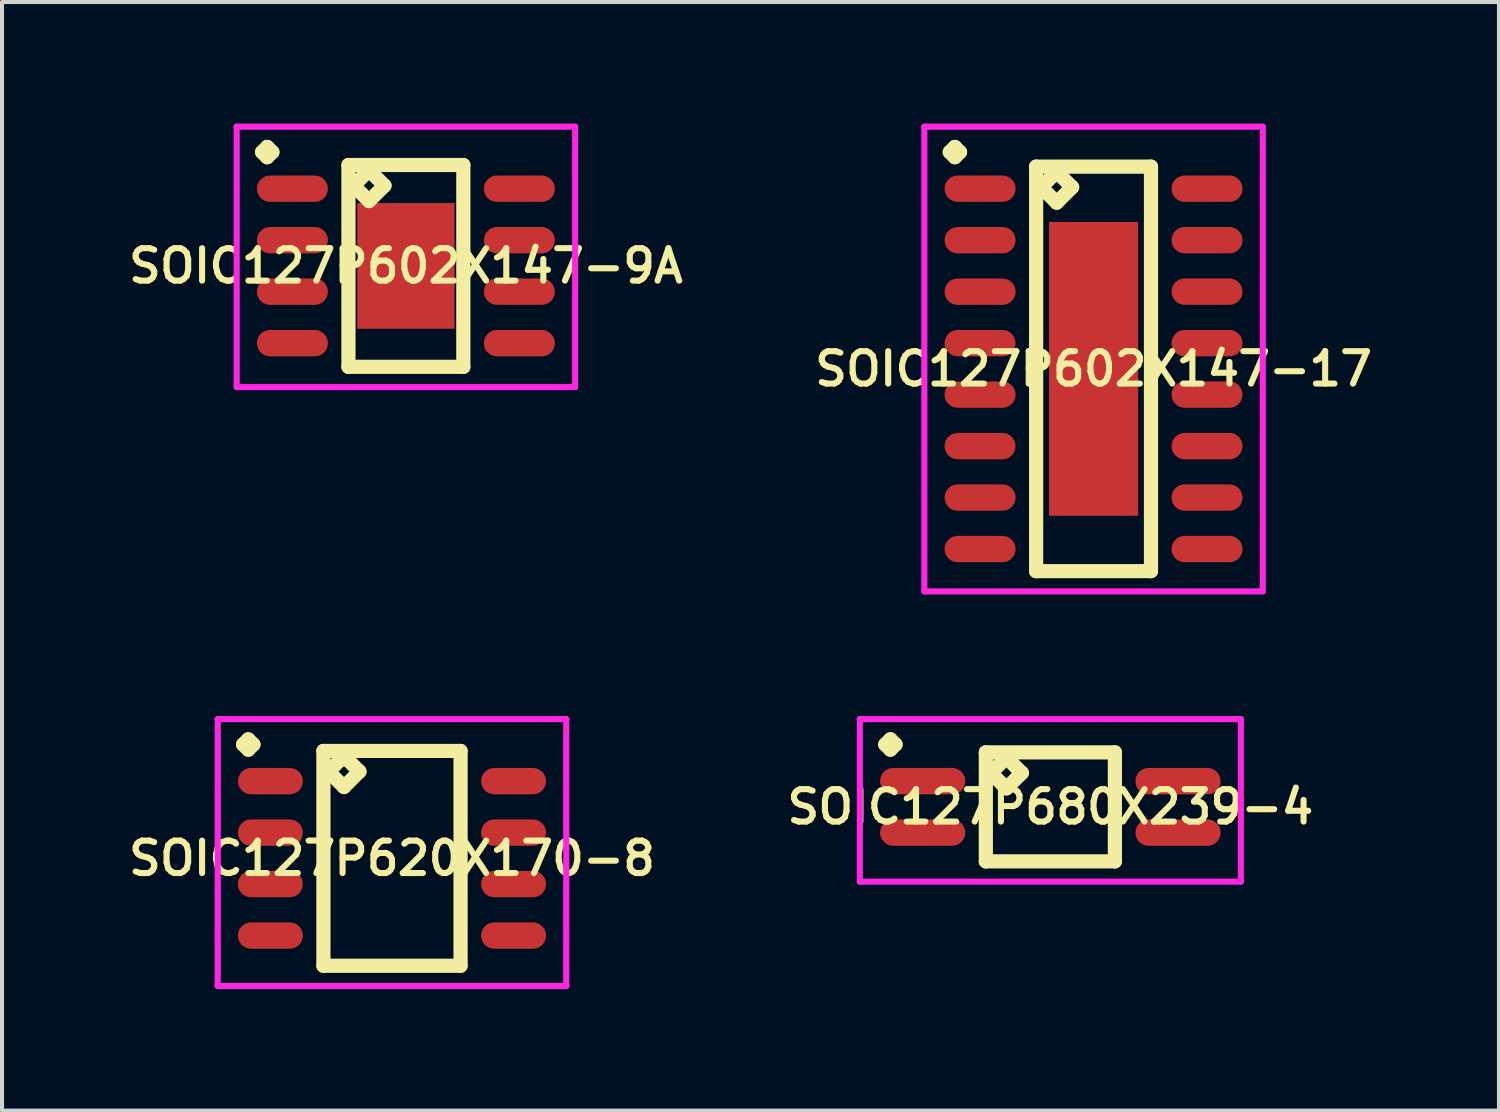
<source format=kicad_pcb>
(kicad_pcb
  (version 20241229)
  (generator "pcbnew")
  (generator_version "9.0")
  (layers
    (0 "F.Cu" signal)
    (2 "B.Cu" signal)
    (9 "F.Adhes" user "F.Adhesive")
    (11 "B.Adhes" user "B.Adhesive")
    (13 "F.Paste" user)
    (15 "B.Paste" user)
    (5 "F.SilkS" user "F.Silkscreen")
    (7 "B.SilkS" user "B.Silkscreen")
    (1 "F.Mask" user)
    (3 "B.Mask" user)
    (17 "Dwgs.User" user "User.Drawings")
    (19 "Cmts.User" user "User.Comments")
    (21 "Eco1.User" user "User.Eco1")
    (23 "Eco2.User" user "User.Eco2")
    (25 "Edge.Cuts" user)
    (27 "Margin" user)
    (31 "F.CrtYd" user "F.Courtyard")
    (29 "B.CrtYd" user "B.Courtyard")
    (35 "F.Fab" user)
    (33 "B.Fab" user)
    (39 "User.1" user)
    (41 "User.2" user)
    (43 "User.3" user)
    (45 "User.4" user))
  (footprint "SOIC127P602X147-17"
    (layer "F.Cu")
    (at 23.93 6.051)
    (property "Reference" "SOIC127P602X147-17" (at 0 0 0) (layer "F.SilkS") (effects (font (size 0.8 0.8) (thickness 0.15))))
    (attr smd)
    (fp_line (start -3.548 -5.349) (end -3.421 -5.476) (stroke (width 0.35) (type solid)) (layer "F.SilkS"))
    (fp_line (start -3.421 -5.476) (end -3.294 -5.349) (stroke (width 0.35) (type solid)) (layer "F.SilkS"))
    (fp_line (start -3.421 -5.222) (end -3.548 -5.349) (stroke (width 0.35) (type solid)) (layer "F.SilkS"))
    (fp_line (start -3.294 -5.349) (end -3.421 -5.222) (stroke (width 0.35) (type solid)) (layer "F.SilkS"))
    (fp_line (start -1.417 -4.99) (end -1.417 4.99) (stroke (width 0.35) (type solid)) (layer "F.SilkS"))
    (fp_line (start -1.417 4.99) (end 1.417 4.99) (stroke (width 0.35) (type solid)) (layer "F.SilkS"))
    (fp_line (start -1.29 -4.482) (end -0.909 -4.863) (stroke (width 0.35) (type solid)) (layer "F.SilkS"))
    (fp_line (start -0.909 -4.863) (end -0.528 -4.482) (stroke (width 0.35) (type solid)) (layer "F.SilkS"))
    (fp_line (start -0.909 -4.101) (end -1.29 -4.482) (stroke (width 0.35) (type solid)) (layer "F.SilkS"))
    (fp_line (start -0.528 -4.482) (end -0.909 -4.101) (stroke (width 0.35) (type solid)) (layer "F.SilkS"))
    (fp_line (start 1.417 -4.99) (end -1.417 -4.99) (stroke (width 0.35) (type solid)) (layer "F.SilkS"))
    (fp_line (start 1.417 4.99) (end 1.417 -4.99) (stroke (width 0.35) (type solid)) (layer "F.SilkS"))
    (fp_line (start -4.175 -5.976) (end 4.175 -5.976) (stroke (width 0.15) (type solid)) (layer "F.CrtYd"))
    (fp_line (start -4.175 5.49) (end -4.175 -5.976) (stroke (width 0.15) (type solid)) (layer "F.CrtYd"))
    (fp_line (start 4.175 -5.976) (end 4.175 5.49) (stroke (width 0.15) (type solid)) (layer "F.CrtYd"))
    (fp_line (start 4.175 5.49) (end -4.175 5.49) (stroke (width 0.15) (type solid)) (layer "F.CrtYd"))
    (pad "1" smd oval (at -2.8 -4.445) (size 1.75 0.65) (layers "F.Cu" "F.Mask" "F.Paste"))
    (pad "2" smd oval (at -2.8 -3.175) (size 1.75 0.65) (layers "F.Cu" "F.Mask" "F.Paste"))
    (pad "3" smd oval (at -2.8 -1.905) (size 1.75 0.65) (layers "F.Cu" "F.Mask" "F.Paste"))
    (pad "4" smd oval (at -2.8 -0.635) (size 1.75 0.65) (layers "F.Cu" "F.Mask" "F.Paste"))
    (pad "5" smd oval (at -2.8 0.635) (size 1.75 0.65) (layers "F.Cu" "F.Mask" "F.Paste"))
    (pad "6" smd oval (at -2.8 1.905) (size 1.75 0.65) (layers "F.Cu" "F.Mask" "F.Paste"))
    (pad "7" smd oval (at -2.8 3.175) (size 1.75 0.65) (layers "F.Cu" "F.Mask" "F.Paste"))
    (pad "8" smd oval (at -2.8 4.445) (size 1.75 0.65) (layers "F.Cu" "F.Mask" "F.Paste"))
    (pad "9" smd oval (at 2.8 4.445) (size 1.75 0.65) (layers "F.Cu" "F.Mask" "F.Paste"))
    (pad "10" smd oval (at 2.8 3.175) (size 1.75 0.65) (layers "F.Cu" "F.Mask" "F.Paste"))
    (pad "11" smd oval (at 2.8 1.905) (size 1.75 0.65) (layers "F.Cu" "F.Mask" "F.Paste"))
    (pad "12" smd oval (at 2.8 0.635) (size 1.75 0.65) (layers "F.Cu" "F.Mask" "F.Paste"))
    (pad "13" smd oval (at 2.8 -0.635) (size 1.75 0.65) (layers "F.Cu" "F.Mask" "F.Paste"))
    (pad "14" smd oval (at 2.8 -1.905) (size 1.75 0.65) (layers "F.Cu" "F.Mask" "F.Paste"))
    (pad "15" smd oval (at 2.8 -3.175) (size 1.75 0.65) (layers "F.Cu" "F.Mask" "F.Paste"))
    (pad "16" smd oval (at 2.8 -4.445) (size 1.75 0.65) (layers "F.Cu" "F.Mask" "F.Paste"))
    (pad "17" smd rect (at 0 0) (size 2.2 7.25) (layers "F.Cu" "F.Mask" "F.Paste")))
  (footprint "SOIC127P602X147-9A"
    (layer "F.Cu")
    (at 6.964 3.511)
    (property "Reference" "SOIC127P602X147-9A" (at 0 0 0) (layer "F.SilkS") (effects (font (size 0.8 0.8) (thickness 0.15))))
    (attr smd)
    (fp_line (start -3.548 -2.809) (end -3.421 -2.936) (stroke (width 0.35) (type solid)) (layer "F.SilkS"))
    (fp_line (start -3.421 -2.936) (end -3.294 -2.809) (stroke (width 0.35) (type solid)) (layer "F.SilkS"))
    (fp_line (start -3.421 -2.682) (end -3.548 -2.809) (stroke (width 0.35) (type solid)) (layer "F.SilkS"))
    (fp_line (start -3.294 -2.809) (end -3.421 -2.682) (stroke (width 0.35) (type solid)) (layer "F.SilkS"))
    (fp_line (start -1.417 -2.49) (end -1.417 2.49) (stroke (width 0.35) (type solid)) (layer "F.SilkS"))
    (fp_line (start -1.417 2.49) (end 1.417 2.49) (stroke (width 0.35) (type solid)) (layer "F.SilkS"))
    (fp_line (start -1.29 -1.982) (end -0.909 -2.363) (stroke (width 0.35) (type solid)) (layer "F.SilkS"))
    (fp_line (start -0.909 -2.363) (end -0.528 -1.982) (stroke (width 0.35) (type solid)) (layer "F.SilkS"))
    (fp_line (start -0.909 -1.601) (end -1.29 -1.982) (stroke (width 0.35) (type solid)) (layer "F.SilkS"))
    (fp_line (start -0.528 -1.982) (end -0.909 -1.601) (stroke (width 0.35) (type solid)) (layer "F.SilkS"))
    (fp_line (start 1.417 -2.49) (end -1.417 -2.49) (stroke (width 0.35) (type solid)) (layer "F.SilkS"))
    (fp_line (start 1.417 2.49) (end 1.417 -2.49) (stroke (width 0.35) (type solid)) (layer "F.SilkS"))
    (fp_line (start -4.175 -3.436) (end 4.175 -3.436) (stroke (width 0.15) (type solid)) (layer "F.CrtYd"))
    (fp_line (start -4.175 2.99) (end -4.175 -3.436) (stroke (width 0.15) (type solid)) (layer "F.CrtYd"))
    (fp_line (start 4.175 -3.436) (end 4.175 2.99) (stroke (width 0.15) (type solid)) (layer "F.CrtYd"))
    (fp_line (start 4.175 2.99) (end -4.175 2.99) (stroke (width 0.15) (type solid)) (layer "F.CrtYd"))
    (pad "1" smd oval (at -2.8 -1.905) (size 1.75 0.65) (layers "F.Cu" "F.Mask" "F.Paste"))
    (pad "2" smd oval (at -2.8 -0.635) (size 1.75 0.65) (layers "F.Cu" "F.Mask" "F.Paste"))
    (pad "3" smd oval (at -2.8 0.635) (size 1.75 0.65) (layers "F.Cu" "F.Mask" "F.Paste"))
    (pad "4" smd oval (at -2.8 1.905) (size 1.75 0.65) (layers "F.Cu" "F.Mask" "F.Paste"))
    (pad "5" smd oval (at 2.8 1.905) (size 1.75 0.65) (layers "F.Cu" "F.Mask" "F.Paste"))
    (pad "6" smd oval (at 2.8 0.635) (size 1.75 0.65) (layers "F.Cu" "F.Mask" "F.Paste"))
    (pad "7" smd oval (at 2.8 -0.635) (size 1.75 0.65) (layers "F.Cu" "F.Mask" "F.Paste"))
    (pad "8" smd oval (at 2.8 -1.905) (size 1.75 0.65) (layers "F.Cu" "F.Mask" "F.Paste"))
    (pad "9" smd rect (at 0 0) (size 2.4 3.1) (layers "F.Cu" "F.Mask" "F.Paste")))
  (footprint "SOIC127P680X239-4"
    (layer "F.Cu")
    (at 22.864 16.857)
    (property "Reference" "SOIC127P680X239-4" (at 0 0 0) (layer "F.SilkS") (effects (font (size 0.8 0.8) (thickness 0.15))))
    (attr smd)
    (fp_line (start -4.073 -1.539) (end -3.946 -1.666) (stroke (width 0.35) (type solid)) (layer "F.SilkS"))
    (fp_line (start -3.946 -1.666) (end -3.819 -1.539) (stroke (width 0.35) (type solid)) (layer "F.SilkS"))
    (fp_line (start -3.946 -1.412) (end -4.073 -1.539) (stroke (width 0.35) (type solid)) (layer "F.SilkS"))
    (fp_line (start -3.819 -1.539) (end -3.946 -1.412) (stroke (width 0.35) (type solid)) (layer "F.SilkS"))
    (fp_line (start -1.592 -1.345) (end -1.592 1.345) (stroke (width 0.35) (type solid)) (layer "F.SilkS"))
    (fp_line (start -1.592 1.345) (end 1.592 1.345) (stroke (width 0.35) (type solid)) (layer "F.SilkS"))
    (fp_line (start -1.465 -0.837) (end -1.084 -1.218) (stroke (width 0.35) (type solid)) (layer "F.SilkS"))
    (fp_line (start -1.084 -1.218) (end -0.703 -0.837) (stroke (width 0.35) (type solid)) (layer "F.SilkS"))
    (fp_line (start -1.084 -0.456) (end -1.465 -0.837) (stroke (width 0.35) (type solid)) (layer "F.SilkS"))
    (fp_line (start -0.703 -0.837) (end -1.084 -0.456) (stroke (width 0.35) (type solid)) (layer "F.SilkS"))
    (fp_line (start 1.592 -1.345) (end -1.592 -1.345) (stroke (width 0.35) (type solid)) (layer "F.SilkS"))
    (fp_line (start 1.592 1.345) (end 1.592 -1.345) (stroke (width 0.35) (type solid)) (layer "F.SilkS"))
    (fp_line (start -4.7 -2.166) (end 4.7 -2.166) (stroke (width 0.15) (type solid)) (layer "F.CrtYd"))
    (fp_line (start -4.7 1.845) (end -4.7 -2.166) (stroke (width 0.15) (type solid)) (layer "F.CrtYd"))
    (fp_line (start 4.7 -2.166) (end 4.7 1.845) (stroke (width 0.15) (type solid)) (layer "F.CrtYd"))
    (fp_line (start 4.7 1.845) (end -4.7 1.845) (stroke (width 0.15) (type solid)) (layer "F.CrtYd"))
    (pad "1" smd oval (at -3.15 -0.635) (size 2.1 0.65) (layers "F.Cu" "F.Mask" "F.Paste"))
    (pad "2" smd oval (at -3.15 0.635) (size 2.1 0.65) (layers "F.Cu" "F.Mask" "F.Paste"))
    (pad "3" smd oval (at 3.15 0.635) (size 2.1 0.65) (layers "F.Cu" "F.Mask" "F.Paste"))
    (pad "4" smd oval (at 3.15 -0.635) (size 2.1 0.65) (layers "F.Cu" "F.Mask" "F.Paste")))
  (footprint "SOIC127P620X170-8"
    (layer "F.Cu")
    (at 6.621 18.127)
    (property "Reference" "SOIC127P620X170-8" (at 0 0 0) (layer "F.SilkS") (effects (font (size 0.8 0.8) (thickness 0.15))))
    (attr through_hole)
    (fp_line (start -3.673 -2.809) (end -3.546 -2.936) (stroke (width 0.35) (type solid)) (layer "F.SilkS"))
    (fp_line (start -3.546 -2.936) (end -3.419 -2.809) (stroke (width 0.35) (type solid)) (layer "F.SilkS"))
    (fp_line (start -3.546 -2.682) (end -3.673 -2.809) (stroke (width 0.35) (type solid)) (layer "F.SilkS"))
    (fp_line (start -3.419 -2.809) (end -3.546 -2.682) (stroke (width 0.35) (type solid)) (layer "F.SilkS"))
    (fp_line (start -1.692 -2.65) (end -1.692 2.65) (stroke (width 0.35) (type solid)) (layer "F.SilkS"))
    (fp_line (start -1.692 2.65) (end 1.692 2.65) (stroke (width 0.35) (type solid)) (layer "F.SilkS"))
    (fp_line (start -1.565 -2.142) (end -1.184 -2.523) (stroke (width 0.35) (type solid)) (layer "F.SilkS"))
    (fp_line (start -1.184 -2.523) (end -0.803 -2.142) (stroke (width 0.35) (type solid)) (layer "F.SilkS"))
    (fp_line (start -1.184 -1.761) (end -1.565 -2.142) (stroke (width 0.35) (type solid)) (layer "F.SilkS"))
    (fp_line (start -0.803 -2.142) (end -1.184 -1.761) (stroke (width 0.35) (type solid)) (layer "F.SilkS"))
    (fp_line (start 1.692 -2.65) (end -1.692 -2.65) (stroke (width 0.35) (type solid)) (layer "F.SilkS"))
    (fp_line (start 1.692 2.65) (end 1.692 -2.65) (stroke (width 0.35) (type solid)) (layer "F.SilkS"))
    (fp_line (start -4.3 -3.436) (end 4.3 -3.436) (stroke (width 0.15) (type solid)) (layer "F.CrtYd"))
    (fp_line (start -4.3 3.15) (end -4.3 -3.436) (stroke (width 0.15) (type solid)) (layer "F.CrtYd"))
    (fp_line (start 4.3 -3.436) (end 4.3 3.15) (stroke (width 0.15) (type solid)) (layer "F.CrtYd"))
    (fp_line (start 4.3 3.15) (end -4.3 3.15) (stroke (width 0.15) (type solid)) (layer "F.CrtYd"))
    (pad "1" smd oval (at -3 -1.905) (size 1.6 0.65) (layers "F.Cu" "F.Mask" "F.Paste"))
    (pad "2" smd oval (at -3 -0.635) (size 1.6 0.65) (layers "F.Cu" "F.Mask" "F.Paste"))
    (pad "3" smd oval (at -3 0.635) (size 1.6 0.65) (layers "F.Cu" "F.Mask" "F.Paste"))
    (pad "4" smd oval (at -3 1.905) (size 1.6 0.65) (layers "F.Cu" "F.Mask" "F.Paste"))
    (pad "5" smd oval (at 3 1.905) (size 1.6 0.65) (layers "F.Cu" "F.Mask" "F.Paste"))
    (pad "6" smd oval (at 3 0.635) (size 1.6 0.65) (layers "F.Cu" "F.Mask" "F.Paste"))
    (pad "7" smd oval (at 3 -0.635) (size 1.6 0.65) (layers "F.Cu" "F.Mask" "F.Paste"))
    (pad "8" smd oval (at 3 -1.905) (size 1.6 0.65) (layers "F.Cu" "F.Mask" "F.Paste")))
  (gr_rect
    (start -3 -3)
    (end 33.932 24.352)
    (stroke (width 0.1) (type default))
    (fill no)
    (layer "Edge.Cuts")))
</source>
